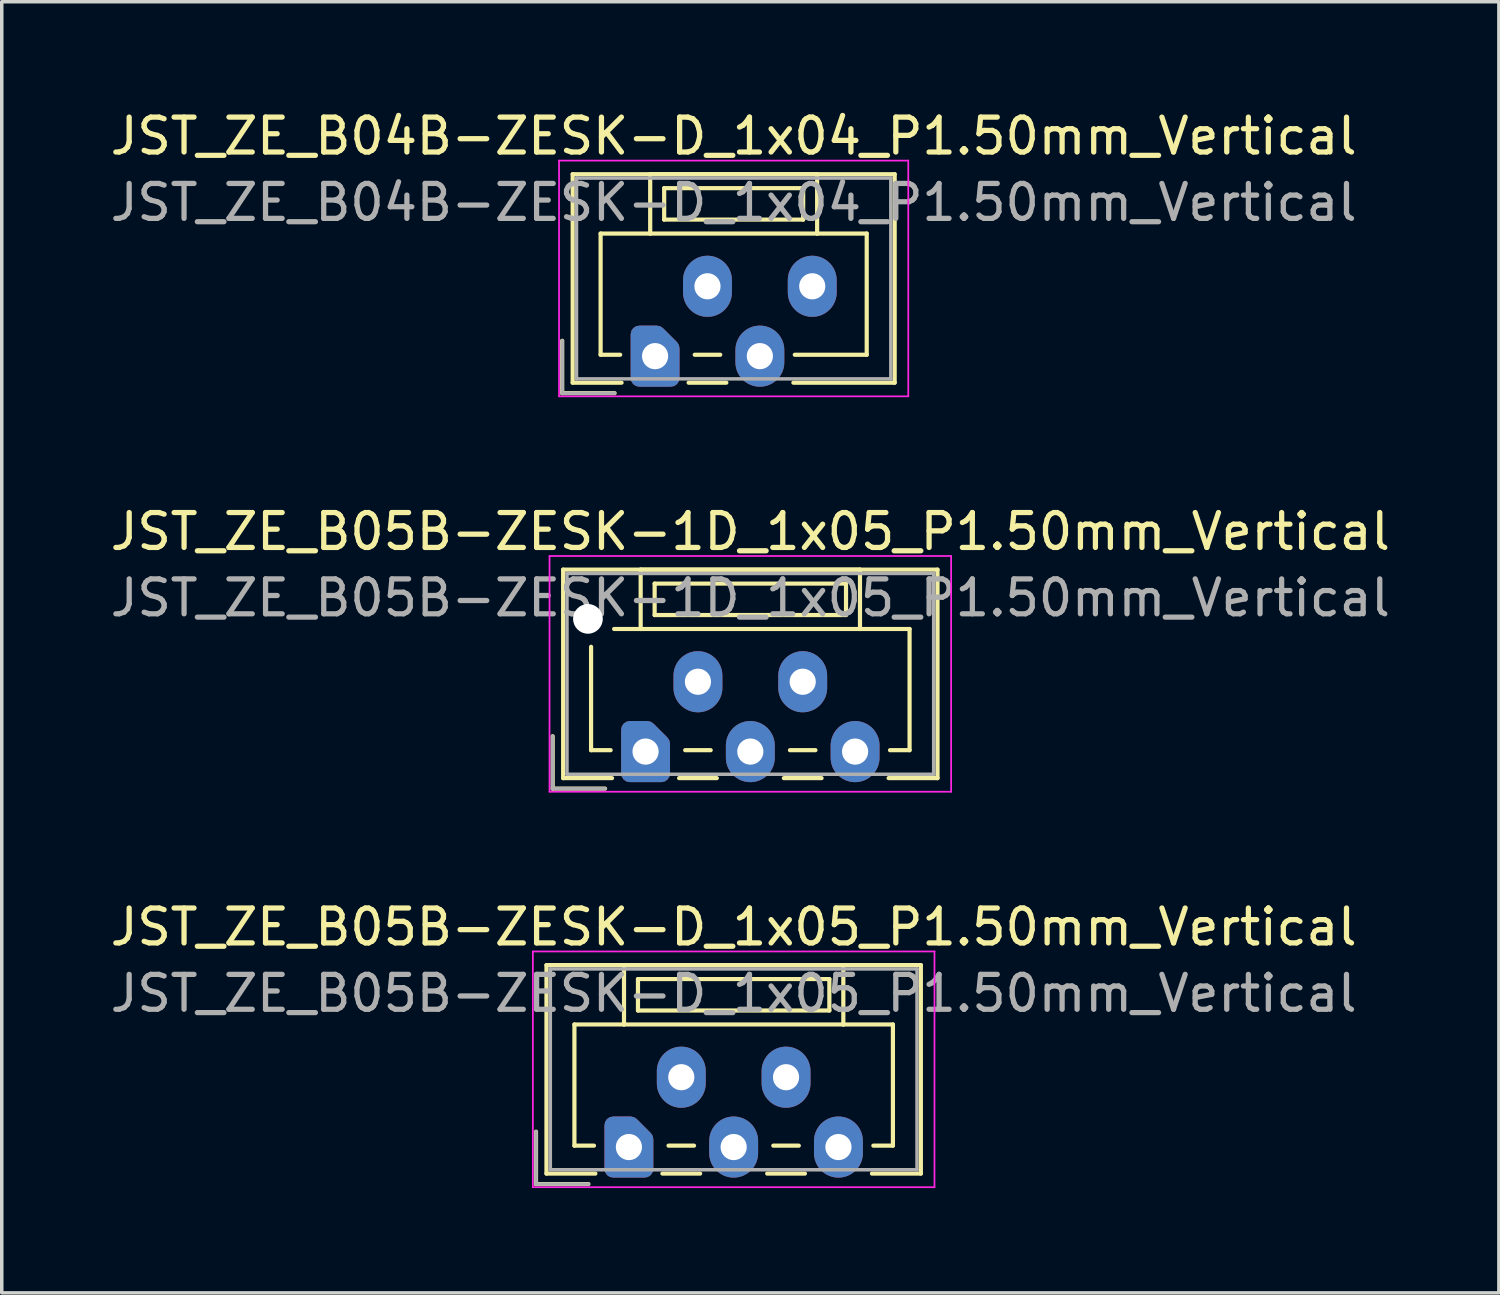
<source format=kicad_pcb>
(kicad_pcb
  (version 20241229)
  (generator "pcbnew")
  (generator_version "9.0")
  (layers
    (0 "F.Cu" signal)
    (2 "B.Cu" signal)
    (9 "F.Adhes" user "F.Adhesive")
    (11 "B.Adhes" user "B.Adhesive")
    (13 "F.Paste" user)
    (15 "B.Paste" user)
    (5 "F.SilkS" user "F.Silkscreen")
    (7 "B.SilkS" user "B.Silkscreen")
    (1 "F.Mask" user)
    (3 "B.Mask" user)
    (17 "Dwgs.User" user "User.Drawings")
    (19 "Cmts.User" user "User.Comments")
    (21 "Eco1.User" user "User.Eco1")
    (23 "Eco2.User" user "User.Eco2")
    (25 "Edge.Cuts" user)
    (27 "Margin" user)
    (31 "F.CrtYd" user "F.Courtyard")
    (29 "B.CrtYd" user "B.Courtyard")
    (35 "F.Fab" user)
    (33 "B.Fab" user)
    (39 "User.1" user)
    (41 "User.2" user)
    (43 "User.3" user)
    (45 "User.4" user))
  (footprint "JST_ZE_B05B-ZESK-D_1x05_P1.50mm_Vertical"
    (layer "F.Cu")
    (at 14.958 29.795)
    (property "Reference" "JST_ZE_B05B-ZESK-D_1x05_P1.50mm_Vertical" (at 3 -6.3 0) (layer "F.SilkS") (effects (font (size 1 1) (thickness 0.15))))
    (attr through_hole)
    (fp_line (start -2.66 -0.44) (end -2.66 1.06) (stroke (width 0.12) (type solid)) (layer "F.SilkS"))
    (fp_line (start -2.66 1.06) (end -1.16 1.06) (stroke (width 0.12) (type solid)) (layer "F.SilkS"))
    (fp_line (start -2.36 -5.21) (end 8.36 -5.21) (stroke (width 0.12) (type solid)) (layer "F.SilkS"))
    (fp_line (start -2.36 0.76) (end -2.36 -5.21) (stroke (width 0.12) (type solid)) (layer "F.SilkS"))
    (fp_line (start -1.56 -3.51) (end -1.56 -0.04) (stroke (width 0.12) (type solid)) (layer "F.SilkS"))
    (fp_line (start -1.56 -0.04) (end -1 -0.04) (stroke (width 0.12) (type solid)) (layer "F.SilkS"))
    (fp_line (start -0.96 0.76) (end -2.36 0.76) (stroke (width 0.12) (type solid)) (layer "F.SilkS"))
    (fp_line (start -0.14 -5.21) (end -0.14 -3.51) (stroke (width 0.12) (type solid)) (layer "F.SilkS"))
    (fp_line (start -0.14 -3.51) (end -1.56 -3.51) (stroke (width 0.12) (type solid)) (layer "F.SilkS"))
    (fp_line (start -0.14 -3.51) (end 6.14 -3.51) (stroke (width 0.12) (type solid)) (layer "F.SilkS"))
    (fp_line (start 0.26 -4.81) (end 0.26 -3.91) (stroke (width 0.12) (type solid)) (layer "F.SilkS"))
    (fp_line (start 0.26 -3.91) (end 5.74 -3.91) (stroke (width 0.12) (type solid)) (layer "F.SilkS"))
    (fp_line (start 0.96 0.76) (end 2.04 0.76) (stroke (width 0.12) (type solid)) (layer "F.SilkS"))
    (fp_line (start 1.135 -0.04) (end 1.865 -0.04) (stroke (width 0.12) (type solid)) (layer "F.SilkS"))
    (fp_line (start 3.96 0.76) (end 5.04 0.76) (stroke (width 0.12) (type solid)) (layer "F.SilkS"))
    (fp_line (start 4.135 -0.04) (end 4.865 -0.04) (stroke (width 0.12) (type solid)) (layer "F.SilkS"))
    (fp_line (start 5.74 -4.81) (end 0.26 -4.81) (stroke (width 0.12) (type solid)) (layer "F.SilkS"))
    (fp_line (start 5.74 -3.91) (end 5.74 -4.81) (stroke (width 0.12) (type solid)) (layer "F.SilkS"))
    (fp_line (start 6.14 -5.21) (end -0.14 -5.21) (stroke (width 0.12) (type solid)) (layer "F.SilkS"))
    (fp_line (start 6.14 -3.51) (end 6.14 -5.21) (stroke (width 0.12) (type solid)) (layer "F.SilkS"))
    (fp_line (start 6.14 -3.51) (end 7.56 -3.51) (stroke (width 0.12) (type solid)) (layer "F.SilkS"))
    (fp_line (start 7.56 -3.51) (end 7.56 -0.04) (stroke (width 0.12) (type solid)) (layer "F.SilkS"))
    (fp_line (start 7.56 -0.04) (end 7 -0.04) (stroke (width 0.12) (type solid)) (layer "F.SilkS"))
    (fp_line (start 8.36 -5.21) (end 8.36 0.76) (stroke (width 0.12) (type solid)) (layer "F.SilkS"))
    (fp_line (start 8.36 0.76) (end 6.96 0.76) (stroke (width 0.12) (type solid)) (layer "F.SilkS"))
    (fp_line (start -2.75 -5.6) (end -2.75 1.15) (stroke (width 0.05) (type solid)) (layer "F.CrtYd"))
    (fp_line (start -2.75 1.15) (end 8.75 1.15) (stroke (width 0.05) (type solid)) (layer "F.CrtYd"))
    (fp_line (start 8.75 -5.6) (end -2.75 -5.6) (stroke (width 0.05) (type solid)) (layer "F.CrtYd"))
    (fp_line (start 8.75 1.15) (end 8.75 -5.6) (stroke (width 0.05) (type solid)) (layer "F.CrtYd"))
    (fp_line (start -2.66 -0.44) (end -2.66 1.06) (stroke (width 0.1) (type solid)) (layer "F.Fab"))
    (fp_line (start -2.66 1.06) (end -1.16 1.06) (stroke (width 0.1) (type solid)) (layer "F.Fab"))
    (fp_line (start -2.25 -5.1) (end -2.25 0.65) (stroke (width 0.1) (type solid)) (layer "F.Fab"))
    (fp_line (start -2.25 0.65) (end 8.25 0.65) (stroke (width 0.1) (type solid)) (layer "F.Fab"))
    (fp_line (start 8.25 -5.1) (end -2.25 -5.1) (stroke (width 0.1) (type solid)) (layer "F.Fab"))
    (fp_line (start 8.25 0.65) (end 8.25 -5.1) (stroke (width 0.1) (type solid)) (layer "F.Fab"))
    (fp_text user "${REFERENCE}" (at 3 -4.4 0) (layer "F.Fab") (effects (font (size 1 1) (thickness 0.15))))
    (pad "1" thru_hole custom (at 0 0) (size 1.117 1.117) (drill 0.75) (layers "*.Cu" "*.Mask") (options (anchor circle)) (primitives (gr_poly (pts (xy -0.45 -0.625) (xy 0.05 -0.625) (xy 0.45 -0.225) (xy 0.45 0.625) (xy -0.45 0.625)) (width 0.5) (fill yes))))
    (pad "2" thru_hole oval (at 1.5 -2) (size 1.4 1.75) (drill 0.75) (layers "*.Cu" "*.Mask"))
    (pad "3" thru_hole oval (at 3 0) (size 1.4 1.75) (drill 0.75) (layers "*.Cu" "*.Mask"))
    (pad "4" thru_hole oval (at 4.5 -2) (size 1.4 1.75) (drill 0.75) (layers "*.Cu" "*.Mask"))
    (pad "5" thru_hole oval (at 6 0) (size 1.4 1.75) (drill 0.75) (layers "*.Cu" "*.Mask")))
  (footprint "JST_ZE_B04B-ZESK-D_1x04_P1.50mm_Vertical"
    (layer "F.Cu")
    (at 15.708 7.148)
    (property "Reference" "JST_ZE_B04B-ZESK-D_1x04_P1.50mm_Vertical" (at 2.25 -6.3 0) (layer "F.SilkS") (effects (font (size 1 1) (thickness 0.15))))
    (attr through_hole)
    (fp_line (start -2.66 -0.44) (end -2.66 1.06) (stroke (width 0.12) (type solid)) (layer "F.SilkS"))
    (fp_line (start -2.66 1.06) (end -1.16 1.06) (stroke (width 0.12) (type solid)) (layer "F.SilkS"))
    (fp_line (start -2.36 -5.21) (end 6.86 -5.21) (stroke (width 0.12) (type solid)) (layer "F.SilkS"))
    (fp_line (start -2.36 0.76) (end -2.36 -5.21) (stroke (width 0.12) (type solid)) (layer "F.SilkS"))
    (fp_line (start -1.56 -3.51) (end -1.56 -0.04) (stroke (width 0.12) (type solid)) (layer "F.SilkS"))
    (fp_line (start -1.56 -0.04) (end -1 -0.04) (stroke (width 0.12) (type solid)) (layer "F.SilkS"))
    (fp_line (start -0.96 0.76) (end -2.36 0.76) (stroke (width 0.12) (type solid)) (layer "F.SilkS"))
    (fp_line (start -0.14 -5.21) (end -0.14 -3.51) (stroke (width 0.12) (type solid)) (layer "F.SilkS"))
    (fp_line (start -0.14 -3.51) (end -1.56 -3.51) (stroke (width 0.12) (type solid)) (layer "F.SilkS"))
    (fp_line (start -0.14 -3.51) (end 4.64 -3.51) (stroke (width 0.12) (type solid)) (layer "F.SilkS"))
    (fp_line (start 0.26 -4.81) (end 0.26 -3.91) (stroke (width 0.12) (type solid)) (layer "F.SilkS"))
    (fp_line (start 0.26 -3.91) (end 4.24 -3.91) (stroke (width 0.12) (type solid)) (layer "F.SilkS"))
    (fp_line (start 0.96 0.76) (end 2.04 0.76) (stroke (width 0.12) (type solid)) (layer "F.SilkS"))
    (fp_line (start 1.135 -0.04) (end 1.865 -0.04) (stroke (width 0.12) (type solid)) (layer "F.SilkS"))
    (fp_line (start 4.24 -4.81) (end 0.26 -4.81) (stroke (width 0.12) (type solid)) (layer "F.SilkS"))
    (fp_line (start 4.24 -3.91) (end 4.24 -4.81) (stroke (width 0.12) (type solid)) (layer "F.SilkS"))
    (fp_line (start 4.64 -5.21) (end -0.14 -5.21) (stroke (width 0.12) (type solid)) (layer "F.SilkS"))
    (fp_line (start 4.64 -3.51) (end 4.64 -5.21) (stroke (width 0.12) (type solid)) (layer "F.SilkS"))
    (fp_line (start 4.64 -3.51) (end 6.06 -3.51) (stroke (width 0.12) (type solid)) (layer "F.SilkS"))
    (fp_line (start 6.06 -3.51) (end 6.06 -0.04) (stroke (width 0.12) (type solid)) (layer "F.SilkS"))
    (fp_line (start 6.06 -0.04) (end 4 -0.04) (stroke (width 0.12) (type solid)) (layer "F.SilkS"))
    (fp_line (start 6.86 -5.21) (end 6.86 0.76) (stroke (width 0.12) (type solid)) (layer "F.SilkS"))
    (fp_line (start 6.86 0.76) (end 3.96 0.76) (stroke (width 0.12) (type solid)) (layer "F.SilkS"))
    (fp_line (start -2.75 -5.6) (end -2.75 1.15) (stroke (width 0.05) (type solid)) (layer "F.CrtYd"))
    (fp_line (start -2.75 1.15) (end 7.25 1.15) (stroke (width 0.05) (type solid)) (layer "F.CrtYd"))
    (fp_line (start 7.25 -5.6) (end -2.75 -5.6) (stroke (width 0.05) (type solid)) (layer "F.CrtYd"))
    (fp_line (start 7.25 1.15) (end 7.25 -5.6) (stroke (width 0.05) (type solid)) (layer "F.CrtYd"))
    (fp_line (start -2.66 -0.44) (end -2.66 1.06) (stroke (width 0.1) (type solid)) (layer "F.Fab"))
    (fp_line (start -2.66 1.06) (end -1.16 1.06) (stroke (width 0.1) (type solid)) (layer "F.Fab"))
    (fp_line (start -2.25 -5.1) (end -2.25 0.65) (stroke (width 0.1) (type solid)) (layer "F.Fab"))
    (fp_line (start -2.25 0.65) (end 6.75 0.65) (stroke (width 0.1) (type solid)) (layer "F.Fab"))
    (fp_line (start 6.75 -5.1) (end -2.25 -5.1) (stroke (width 0.1) (type solid)) (layer "F.Fab"))
    (fp_line (start 6.75 0.65) (end 6.75 -5.1) (stroke (width 0.1) (type solid)) (layer "F.Fab"))
    (fp_text user "${REFERENCE}" (at 2.25 -4.4 0) (layer "F.Fab") (effects (font (size 1 1) (thickness 0.15))))
    (pad "1" thru_hole custom (at 0 0) (size 1.117 1.117) (drill 0.75) (layers "*.Cu" "*.Mask") (options (anchor circle)) (primitives (gr_poly (pts (xy -0.45 -0.625) (xy 0.05 -0.625) (xy 0.45 -0.225) (xy 0.45 0.625) (xy -0.45 0.625)) (width 0.5) (fill yes))))
    (pad "2" thru_hole oval (at 1.5 -2) (size 1.4 1.75) (drill 0.75) (layers "*.Cu" "*.Mask"))
    (pad "3" thru_hole oval (at 3 0) (size 1.4 1.75) (drill 0.75) (layers "*.Cu" "*.Mask"))
    (pad "4" thru_hole oval (at 4.5 -2) (size 1.4 1.75) (drill 0.75) (layers "*.Cu" "*.Mask")))
  (footprint "JST_ZE_B05B-ZESK-1D_1x05_P1.50mm_Vertical"
    (layer "F.Cu")
    (at 15.435 18.471)
    (property "Reference" "JST_ZE_B05B-ZESK-1D_1x05_P1.50mm_Vertical" (at 3 -6.3 0) (layer "F.SilkS") (effects (font (size 1 1) (thickness 0.15))))
    (attr through_hole)
    (fp_line (start -2.66 -0.44) (end -2.66 1.06) (stroke (width 0.12) (type solid)) (layer "F.SilkS"))
    (fp_line (start -2.66 1.06) (end -1.16 1.06) (stroke (width 0.12) (type solid)) (layer "F.SilkS"))
    (fp_line (start -2.36 -5.21) (end 8.36 -5.21) (stroke (width 0.12) (type solid)) (layer "F.SilkS"))
    (fp_line (start -2.36 0.76) (end -2.36 -5.21) (stroke (width 0.12) (type solid)) (layer "F.SilkS"))
    (fp_line (start -1.56 -3) (end -1.56 -0.04) (stroke (width 0.12) (type solid)) (layer "F.SilkS"))
    (fp_line (start -1.56 -0.04) (end -1 -0.04) (stroke (width 0.12) (type solid)) (layer "F.SilkS"))
    (fp_line (start -0.96 0.76) (end -2.36 0.76) (stroke (width 0.12) (type solid)) (layer "F.SilkS"))
    (fp_line (start -0.14 -5.21) (end -0.14 -3.51) (stroke (width 0.12) (type solid)) (layer "F.SilkS"))
    (fp_line (start -0.14 -3.51) (end -0.9 -3.51) (stroke (width 0.12) (type solid)) (layer "F.SilkS"))
    (fp_line (start -0.14 -3.51) (end 6.14 -3.51) (stroke (width 0.12) (type solid)) (layer "F.SilkS"))
    (fp_line (start 0.26 -4.81) (end 0.26 -3.91) (stroke (width 0.12) (type solid)) (layer "F.SilkS"))
    (fp_line (start 0.26 -3.91) (end 5.74 -3.91) (stroke (width 0.12) (type solid)) (layer "F.SilkS"))
    (fp_line (start 0.96 0.76) (end 2.04 0.76) (stroke (width 0.12) (type solid)) (layer "F.SilkS"))
    (fp_line (start 1.135 -0.04) (end 1.865 -0.04) (stroke (width 0.12) (type solid)) (layer "F.SilkS"))
    (fp_line (start 3.96 0.76) (end 5.04 0.76) (stroke (width 0.12) (type solid)) (layer "F.SilkS"))
    (fp_line (start 4.135 -0.04) (end 4.865 -0.04) (stroke (width 0.12) (type solid)) (layer "F.SilkS"))
    (fp_line (start 5.74 -4.81) (end 0.26 -4.81) (stroke (width 0.12) (type solid)) (layer "F.SilkS"))
    (fp_line (start 5.74 -3.91) (end 5.74 -4.81) (stroke (width 0.12) (type solid)) (layer "F.SilkS"))
    (fp_line (start 6.14 -5.21) (end -0.14 -5.21) (stroke (width 0.12) (type solid)) (layer "F.SilkS"))
    (fp_line (start 6.14 -3.51) (end 6.14 -5.21) (stroke (width 0.12) (type solid)) (layer "F.SilkS"))
    (fp_line (start 6.14 -3.51) (end 7.56 -3.51) (stroke (width 0.12) (type solid)) (layer "F.SilkS"))
    (fp_line (start 7.56 -3.51) (end 7.56 -0.04) (stroke (width 0.12) (type solid)) (layer "F.SilkS"))
    (fp_line (start 7.56 -0.04) (end 7 -0.04) (stroke (width 0.12) (type solid)) (layer "F.SilkS"))
    (fp_line (start 8.36 -5.21) (end 8.36 0.76) (stroke (width 0.12) (type solid)) (layer "F.SilkS"))
    (fp_line (start 8.36 0.76) (end 6.96 0.76) (stroke (width 0.12) (type solid)) (layer "F.SilkS"))
    (fp_line (start -2.75 -5.6) (end -2.75 1.15) (stroke (width 0.05) (type solid)) (layer "F.CrtYd"))
    (fp_line (start -2.75 1.15) (end 8.75 1.15) (stroke (width 0.05) (type solid)) (layer "F.CrtYd"))
    (fp_line (start 8.75 -5.6) (end -2.75 -5.6) (stroke (width 0.05) (type solid)) (layer "F.CrtYd"))
    (fp_line (start 8.75 1.15) (end 8.75 -5.6) (stroke (width 0.05) (type solid)) (layer "F.CrtYd"))
    (fp_line (start -2.66 -0.44) (end -2.66 1.06) (stroke (width 0.1) (type solid)) (layer "F.Fab"))
    (fp_line (start -2.66 1.06) (end -1.16 1.06) (stroke (width 0.1) (type solid)) (layer "F.Fab"))
    (fp_line (start -2.25 -5.1) (end -2.25 0.65) (stroke (width 0.1) (type solid)) (layer "F.Fab"))
    (fp_line (start -2.25 0.65) (end 8.25 0.65) (stroke (width 0.1) (type solid)) (layer "F.Fab"))
    (fp_line (start 8.25 -5.1) (end -2.25 -5.1) (stroke (width 0.1) (type solid)) (layer "F.Fab"))
    (fp_line (start 8.25 0.65) (end 8.25 -5.1) (stroke (width 0.1) (type solid)) (layer "F.Fab"))
    (fp_text user "${REFERENCE}" (at 3 -4.4 0) (layer "F.Fab") (effects (font (size 1 1) (thickness 0.15))))
    (pad "" np_thru_hole circle (at -1.65 -3.8) (size 0.85 0.85) (drill 0.85) (layers "*.Cu" "*.Mask"))
    (pad "1" thru_hole custom (at 0 0) (size 1.117 1.117) (drill 0.75) (layers "*.Cu" "*.Mask") (options (anchor circle)) (primitives (gr_poly (pts (xy -0.45 -0.625) (xy 0.05 -0.625) (xy 0.45 -0.225) (xy 0.45 0.625) (xy -0.45 0.625)) (width 0.5) (fill yes))))
    (pad "2" thru_hole oval (at 1.5 -2) (size 1.4 1.75) (drill 0.75) (layers "*.Cu" "*.Mask"))
    (pad "3" thru_hole oval (at 3 0) (size 1.4 1.75) (drill 0.75) (layers "*.Cu" "*.Mask"))
    (pad "4" thru_hole oval (at 4.5 -2) (size 1.4 1.75) (drill 0.75) (layers "*.Cu" "*.Mask"))
    (pad "5" thru_hole oval (at 6 0) (size 1.4 1.75) (drill 0.75) (layers "*.Cu" "*.Mask")))
  (gr_rect
    (start -3 -3)
    (end 39.869 33.97)
    (stroke (width 0.1) (type default))
    (fill no)
    (layer "Edge.Cuts")))
</source>
